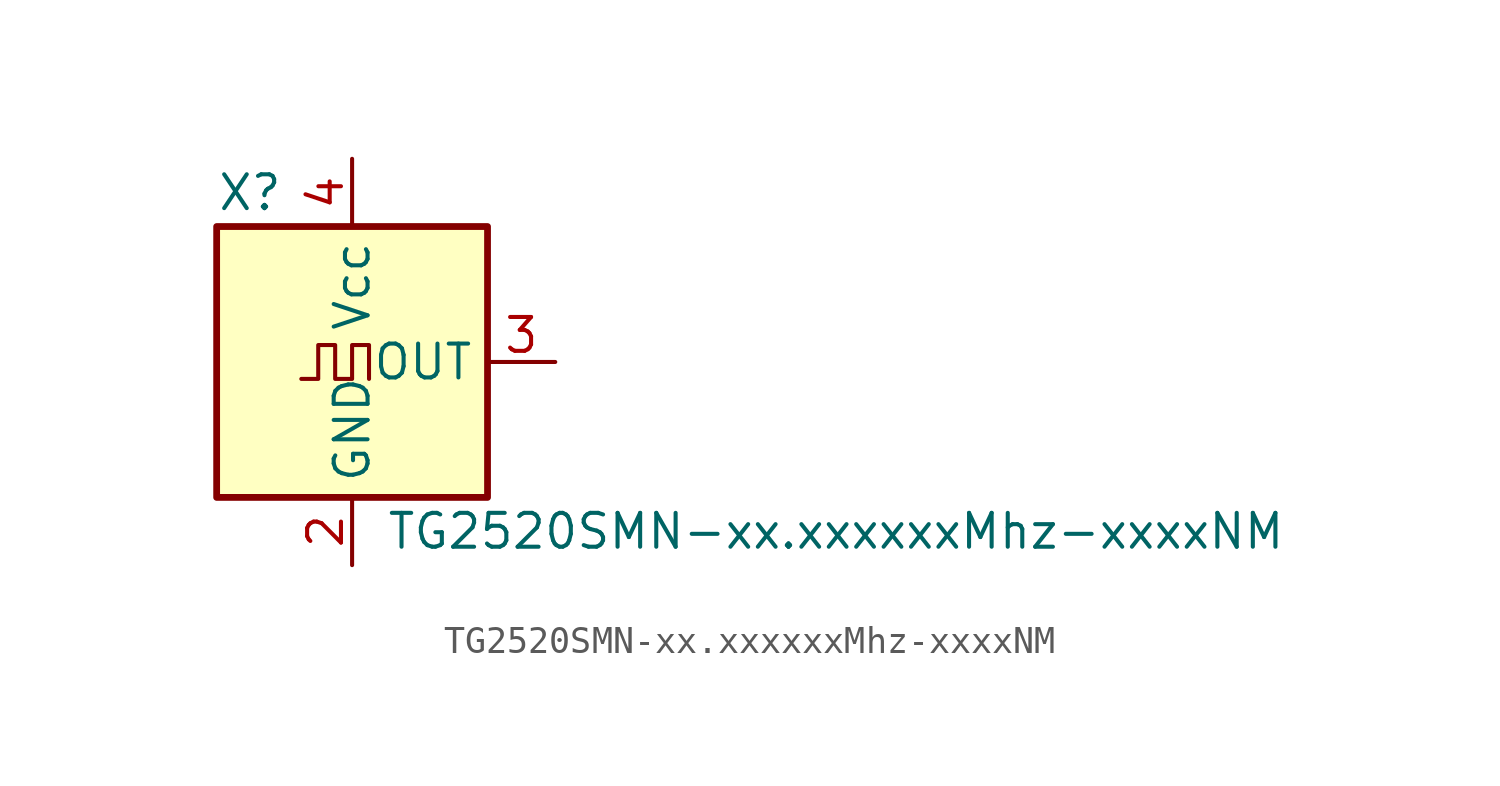
<source format=kicad_sym>
(kicad_symbol_lib
  (version 20241209)
  (generator "kicad_symbol_editor")
  (generator_version "9.0")
  (symbol "TG2520SMN-xx.xxxxxxMhz-xxxxNM"
    (property "Reference" "X"
      (at -5.08 6.35 0)
      (effects (font (size 1.27 1.27)) (justify left)))
    (property "Value" "TG2520SMN-xx.xxxxxxMhz-xxxxNM"
      (at 1.27 -6.35 0)
      (effects (font (size 1.27 1.27)) (justify left)))
    (symbol "TG2520SMN-xx.xxxxxxMhz-xxxxNM_0_1"
      (rectangle (start -5.08 5.08) (end 5.08 -5.08) (stroke (width 0.254) (type default)) (fill (type background)))
      (polyline (pts (xy -1.905 -0.635) (xy -1.27 -0.635) (xy -1.27 0.635) (xy -0.635 0.635) (xy -0.635 -0.635) (xy 0 -0.635) (xy 0 0.635) (xy 0.635 0.635) (xy 0.635 -0.635)) (stroke (width 0) (type default)) (fill (type none))))
    (symbol "TG2520SMN-xx.xxxxxxMhz-xxxxNM_1_1"
      (pin no_connect line (at -5.08 0 0) (length 2.54) hide (name "NC" (effects (font (size 1.27 1.27)))) (number "1" (effects (font (size 1.27 1.27)))))
      (pin power_in line (at 0 7.62 270) (length 2.54) (name "Vcc" (effects (font (size 1.27 1.27)))) (number "4" (effects (font (size 1.27 1.27)))))
      (pin power_in line (at 0 -7.62 90) (length 2.54) (name "GND" (effects (font (size 1.27 1.27)))) (number "2" (effects (font (size 1.27 1.27)))))
      (pin output line (at 7.62 0 180) (length 2.54) (name "OUT" (effects (font (size 1.27 1.27)))) (number "3" (effects (font (size 1.27 1.27))))))))
</source>
